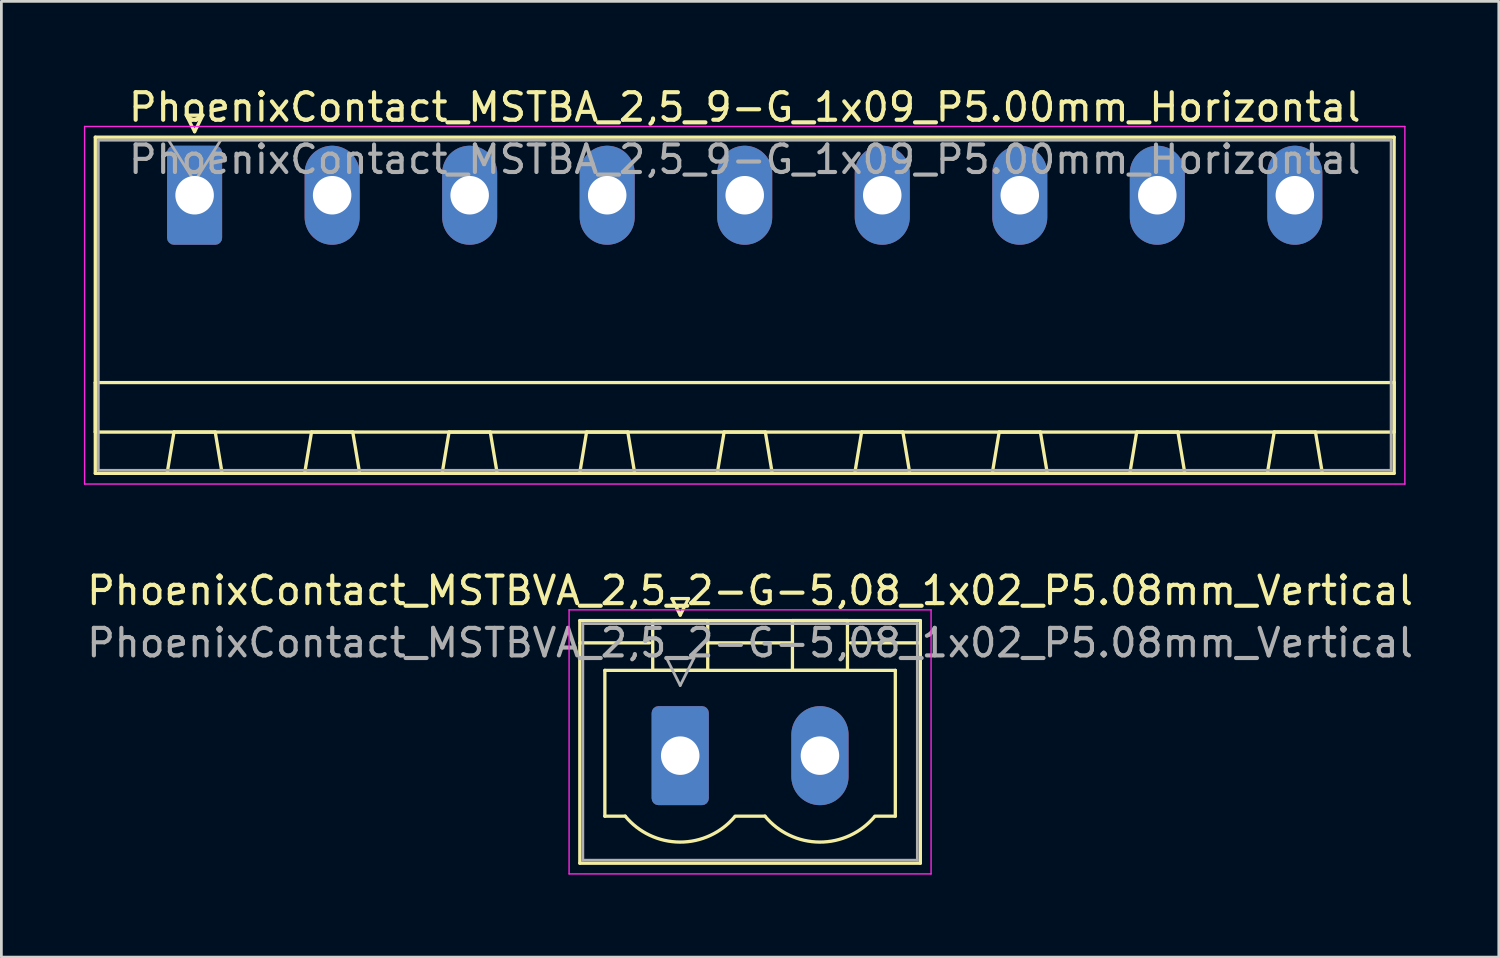
<source format=kicad_pcb>
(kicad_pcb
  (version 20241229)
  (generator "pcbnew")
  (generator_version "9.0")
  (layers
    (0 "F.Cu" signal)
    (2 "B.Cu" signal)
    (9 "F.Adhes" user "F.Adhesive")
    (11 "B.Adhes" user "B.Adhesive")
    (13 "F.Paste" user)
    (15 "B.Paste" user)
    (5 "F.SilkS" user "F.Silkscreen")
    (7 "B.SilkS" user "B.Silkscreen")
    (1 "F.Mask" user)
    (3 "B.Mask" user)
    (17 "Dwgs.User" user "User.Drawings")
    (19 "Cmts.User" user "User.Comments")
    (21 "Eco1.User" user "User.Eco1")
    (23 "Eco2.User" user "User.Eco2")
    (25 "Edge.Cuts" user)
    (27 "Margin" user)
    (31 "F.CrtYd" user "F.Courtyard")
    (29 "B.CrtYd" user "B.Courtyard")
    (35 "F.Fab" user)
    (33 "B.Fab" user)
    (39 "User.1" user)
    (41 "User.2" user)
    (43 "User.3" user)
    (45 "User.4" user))
  (footprint "PhoenixContact_MSTBA_2,5_9-G_1x09_P5.00mm_Horizontal"
    (layer "F.Cu")
    (at 4.025 4.048)
    (property "Reference" "PhoenixContact_MSTBA_2,5_9-G_1x09_P5.00mm_Horizontal" (at 20 -3.2 0) (layer "F.SilkS") (effects (font (size 1 1) (thickness 0.15))))
    (attr through_hole)
    (fp_line (start -3.61 -2.11) (end -3.61 10.11) (stroke (width 0.12) (type solid)) (layer "F.SilkS"))
    (fp_line (start -3.61 6.81) (end 43.61 6.81) (stroke (width 0.12) (type solid)) (layer "F.SilkS"))
    (fp_line (start -3.61 8.61) (end -3.61 6.81) (stroke (width 0.12) (type solid)) (layer "F.SilkS"))
    (fp_line (start -3.61 10.11) (end 43.61 10.11) (stroke (width 0.12) (type solid)) (layer "F.SilkS"))
    (fp_line (start -1 10.11) (end 1 10.11) (stroke (width 0.12) (type solid)) (layer "F.SilkS"))
    (fp_line (start -0.75 8.61) (end -1 10.11) (stroke (width 0.12) (type solid)) (layer "F.SilkS"))
    (fp_line (start -0.3 -2.91) (end 0.3 -2.91) (stroke (width 0.12) (type solid)) (layer "F.SilkS"))
    (fp_line (start 0 -2.31) (end -0.3 -2.91) (stroke (width 0.12) (type solid)) (layer "F.SilkS"))
    (fp_line (start 0.3 -2.91) (end 0 -2.31) (stroke (width 0.12) (type solid)) (layer "F.SilkS"))
    (fp_line (start 0.75 8.61) (end -0.75 8.61) (stroke (width 0.12) (type solid)) (layer "F.SilkS"))
    (fp_line (start 1 10.11) (end 0.75 8.61) (stroke (width 0.12) (type solid)) (layer "F.SilkS"))
    (fp_line (start 4 10.11) (end 6 10.11) (stroke (width 0.12) (type solid)) (layer "F.SilkS"))
    (fp_line (start 4.25 8.61) (end 4 10.11) (stroke (width 0.12) (type solid)) (layer "F.SilkS"))
    (fp_line (start 5.75 8.61) (end 4.25 8.61) (stroke (width 0.12) (type solid)) (layer "F.SilkS"))
    (fp_line (start 6 10.11) (end 5.75 8.61) (stroke (width 0.12) (type solid)) (layer "F.SilkS"))
    (fp_line (start 9 10.11) (end 11 10.11) (stroke (width 0.12) (type solid)) (layer "F.SilkS"))
    (fp_line (start 9.25 8.61) (end 9 10.11) (stroke (width 0.12) (type solid)) (layer "F.SilkS"))
    (fp_line (start 10.75 8.61) (end 9.25 8.61) (stroke (width 0.12) (type solid)) (layer "F.SilkS"))
    (fp_line (start 11 10.11) (end 10.75 8.61) (stroke (width 0.12) (type solid)) (layer "F.SilkS"))
    (fp_line (start 14 10.11) (end 16 10.11) (stroke (width 0.12) (type solid)) (layer "F.SilkS"))
    (fp_line (start 14.25 8.61) (end 14 10.11) (stroke (width 0.12) (type solid)) (layer "F.SilkS"))
    (fp_line (start 15.75 8.61) (end 14.25 8.61) (stroke (width 0.12) (type solid)) (layer "F.SilkS"))
    (fp_line (start 16 10.11) (end 15.75 8.61) (stroke (width 0.12) (type solid)) (layer "F.SilkS"))
    (fp_line (start 19 10.11) (end 21 10.11) (stroke (width 0.12) (type solid)) (layer "F.SilkS"))
    (fp_line (start 19.25 8.61) (end 19 10.11) (stroke (width 0.12) (type solid)) (layer "F.SilkS"))
    (fp_line (start 20.75 8.61) (end 19.25 8.61) (stroke (width 0.12) (type solid)) (layer "F.SilkS"))
    (fp_line (start 21 10.11) (end 20.75 8.61) (stroke (width 0.12) (type solid)) (layer "F.SilkS"))
    (fp_line (start 24 10.11) (end 26 10.11) (stroke (width 0.12) (type solid)) (layer "F.SilkS"))
    (fp_line (start 24.25 8.61) (end 24 10.11) (stroke (width 0.12) (type solid)) (layer "F.SilkS"))
    (fp_line (start 25.75 8.61) (end 24.25 8.61) (stroke (width 0.12) (type solid)) (layer "F.SilkS"))
    (fp_line (start 26 10.11) (end 25.75 8.61) (stroke (width 0.12) (type solid)) (layer "F.SilkS"))
    (fp_line (start 29 10.11) (end 31 10.11) (stroke (width 0.12) (type solid)) (layer "F.SilkS"))
    (fp_line (start 29.25 8.61) (end 29 10.11) (stroke (width 0.12) (type solid)) (layer "F.SilkS"))
    (fp_line (start 30.75 8.61) (end 29.25 8.61) (stroke (width 0.12) (type solid)) (layer "F.SilkS"))
    (fp_line (start 31 10.11) (end 30.75 8.61) (stroke (width 0.12) (type solid)) (layer "F.SilkS"))
    (fp_line (start 34 10.11) (end 36 10.11) (stroke (width 0.12) (type solid)) (layer "F.SilkS"))
    (fp_line (start 34.25 8.61) (end 34 10.11) (stroke (width 0.12) (type solid)) (layer "F.SilkS"))
    (fp_line (start 35.75 8.61) (end 34.25 8.61) (stroke (width 0.12) (type solid)) (layer "F.SilkS"))
    (fp_line (start 36 10.11) (end 35.75 8.61) (stroke (width 0.12) (type solid)) (layer "F.SilkS"))
    (fp_line (start 39 10.11) (end 41 10.11) (stroke (width 0.12) (type solid)) (layer "F.SilkS"))
    (fp_line (start 39.25 8.61) (end 39 10.11) (stroke (width 0.12) (type solid)) (layer "F.SilkS"))
    (fp_line (start 40.75 8.61) (end 39.25 8.61) (stroke (width 0.12) (type solid)) (layer "F.SilkS"))
    (fp_line (start 41 10.11) (end 40.75 8.61) (stroke (width 0.12) (type solid)) (layer "F.SilkS"))
    (fp_line (start 43.61 -2.11) (end -3.61 -2.11) (stroke (width 0.12) (type solid)) (layer "F.SilkS"))
    (fp_line (start 43.61 6.81) (end 43.61 8.61) (stroke (width 0.12) (type solid)) (layer "F.SilkS"))
    (fp_line (start 43.61 8.61) (end -3.61 8.61) (stroke (width 0.12) (type solid)) (layer "F.SilkS"))
    (fp_line (start 43.61 10.11) (end 43.61 -2.11) (stroke (width 0.12) (type solid)) (layer "F.SilkS"))
    (fp_line (start -4 -2.5) (end -4 10.5) (stroke (width 0.05) (type solid)) (layer "F.CrtYd"))
    (fp_line (start -4 10.5) (end 44 10.5) (stroke (width 0.05) (type solid)) (layer "F.CrtYd"))
    (fp_line (start 44 -2.5) (end -4 -2.5) (stroke (width 0.05) (type solid)) (layer "F.CrtYd"))
    (fp_line (start 44 10.5) (end 44 -2.5) (stroke (width 0.05) (type solid)) (layer "F.CrtYd"))
    (fp_line (start -3.5 -2) (end -3.5 10) (stroke (width 0.1) (type solid)) (layer "F.Fab"))
    (fp_line (start -3.5 10) (end 43.5 10) (stroke (width 0.1) (type solid)) (layer "F.Fab"))
    (fp_line (start 0 -0.5) (end -0.95 -2) (stroke (width 0.1) (type solid)) (layer "F.Fab"))
    (fp_line (start 0.95 -2) (end 0 -0.5) (stroke (width 0.1) (type solid)) (layer "F.Fab"))
    (fp_line (start 43.5 -2) (end -3.5 -2) (stroke (width 0.1) (type solid)) (layer "F.Fab"))
    (fp_line (start 43.5 10) (end 43.5 -2) (stroke (width 0.1) (type solid)) (layer "F.Fab"))
    (fp_text user "${REFERENCE}" (at 20 -1.3 0) (layer "F.Fab") (effects (font (size 1 1) (thickness 0.15))))
    (pad "1" thru_hole roundrect (at 0 0) (size 2 3.6) (drill 1.4) (layers "*.Cu" "*.Mask") (roundrect_rratio 0.125))
    (pad "2" thru_hole oval (at 5 0) (size 2 3.6) (drill 1.4) (layers "*.Cu" "*.Mask"))
    (pad "3" thru_hole oval (at 10 0) (size 2 3.6) (drill 1.4) (layers "*.Cu" "*.Mask"))
    (pad "4" thru_hole oval (at 15 0) (size 2 3.6) (drill 1.4) (layers "*.Cu" "*.Mask"))
    (pad "5" thru_hole oval (at 20 0) (size 2 3.6) (drill 1.4) (layers "*.Cu" "*.Mask"))
    (pad "6" thru_hole oval (at 25 0) (size 2 3.6) (drill 1.4) (layers "*.Cu" "*.Mask"))
    (pad "7" thru_hole oval (at 30 0) (size 2 3.6) (drill 1.4) (layers "*.Cu" "*.Mask"))
    (pad "8" thru_hole oval (at 35 0) (size 2 3.6) (drill 1.4) (layers "*.Cu" "*.Mask"))
    (pad "9" thru_hole oval (at 40 0) (size 2 3.6) (drill 1.4) (layers "*.Cu" "*.Mask")))
  (footprint "PhoenixContact_MSTBVA_2,5_2-G-5,08_1x02_P5.08mm_Vertical"
    (layer "F.Cu")
    (at 21.68 24.422)
    (property "Reference" "PhoenixContact_MSTBVA_2,5_2-G-5,08_1x02_P5.08mm_Vertical" (at 2.54 -6 0) (layer "F.SilkS") (effects (font (size 1 1) (thickness 0.15))))
    (attr through_hole)
    (fp_line (start -3.65 -4.91) (end -3.65 3.91) (stroke (width 0.12) (type solid)) (layer "F.SilkS"))
    (fp_line (start -3.65 -4.1) (end -1.11 -4.1) (stroke (width 0.12) (type solid)) (layer "F.SilkS"))
    (fp_line (start -3.65 3.91) (end 8.73 3.91) (stroke (width 0.12) (type solid)) (layer "F.SilkS"))
    (fp_line (start -2.74 -3.1) (end 7.82 -3.1) (stroke (width 0.12) (type solid)) (layer "F.SilkS"))
    (fp_line (start -2.74 2.2) (end -2.74 -3.1) (stroke (width 0.12) (type solid)) (layer "F.SilkS"))
    (fp_line (start -2 2.2) (end -2.74 2.2) (stroke (width 0.12) (type solid)) (layer "F.SilkS"))
    (fp_line (start -1 -4.91) (end 1 -4.91) (stroke (width 0.12) (type solid)) (layer "F.SilkS"))
    (fp_line (start -1 -3.1) (end -1 -4.91) (stroke (width 0.12) (type solid)) (layer "F.SilkS"))
    (fp_line (start -0.3 -5.71) (end 0.3 -5.71) (stroke (width 0.12) (type solid)) (layer "F.SilkS"))
    (fp_line (start 0 -5.11) (end -0.3 -5.71) (stroke (width 0.12) (type solid)) (layer "F.SilkS"))
    (fp_line (start 0.3 -5.71) (end 0 -5.11) (stroke (width 0.12) (type solid)) (layer "F.SilkS"))
    (fp_line (start 1 -4.91) (end 1 -3.1) (stroke (width 0.12) (type solid)) (layer "F.SilkS"))
    (fp_line (start 1 -4.1) (end 4.08 -4.1) (stroke (width 0.12) (type solid)) (layer "F.SilkS"))
    (fp_line (start 1 -3.1) (end -1 -3.1) (stroke (width 0.12) (type solid)) (layer "F.SilkS"))
    (fp_line (start 2 2.2) (end 3.08 2.2) (stroke (width 0.12) (type solid)) (layer "F.SilkS"))
    (fp_line (start 4.08 -4.91) (end 6.08 -4.91) (stroke (width 0.12) (type solid)) (layer "F.SilkS"))
    (fp_line (start 4.08 -3.1) (end 4.08 -4.91) (stroke (width 0.12) (type solid)) (layer "F.SilkS"))
    (fp_line (start 6.08 -4.91) (end 6.08 -3.1) (stroke (width 0.12) (type solid)) (layer "F.SilkS"))
    (fp_line (start 6.08 -3.1) (end 4.08 -3.1) (stroke (width 0.12) (type solid)) (layer "F.SilkS"))
    (fp_line (start 7.82 -3.1) (end 7.82 2.2) (stroke (width 0.12) (type solid)) (layer "F.SilkS"))
    (fp_line (start 7.82 2.2) (end 7.08 2.2) (stroke (width 0.12) (type solid)) (layer "F.SilkS"))
    (fp_line (start 8.73 -4.91) (end -3.65 -4.91) (stroke (width 0.12) (type solid)) (layer "F.SilkS"))
    (fp_line (start 8.73 -4.1) (end 6.19 -4.1) (stroke (width 0.12) (type solid)) (layer "F.SilkS"))
    (fp_line (start 8.73 3.91) (end 8.73 -4.91) (stroke (width 0.12) (type solid)) (layer "F.SilkS"))
    (fp_arc (start 1.986842 2.215821) (mid -0.010289 3.142758) (end -2 2.2) (stroke (width 0.12) (type solid)) (layer "F.SilkS"))
    (fp_arc (start 7.066842 2.215821) (mid 5.069711 3.142758) (end 3.08 2.2) (stroke (width 0.12) (type solid)) (layer "F.SilkS"))
    (fp_line (start -4.04 -5.3) (end -4.04 4.3) (stroke (width 0.05) (type solid)) (layer "F.CrtYd"))
    (fp_line (start -4.04 4.3) (end 9.12 4.3) (stroke (width 0.05) (type solid)) (layer "F.CrtYd"))
    (fp_line (start 9.12 -5.3) (end -4.04 -5.3) (stroke (width 0.05) (type solid)) (layer "F.CrtYd"))
    (fp_line (start 9.12 4.3) (end 9.12 -5.3) (stroke (width 0.05) (type solid)) (layer "F.CrtYd"))
    (fp_line (start -3.54 -4.8) (end -3.54 3.8) (stroke (width 0.1) (type solid)) (layer "F.Fab"))
    (fp_line (start -3.54 3.8) (end 8.62 3.8) (stroke (width 0.1) (type solid)) (layer "F.Fab"))
    (fp_line (start -0.5 -3.55) (end 0.5 -3.55) (stroke (width 0.1) (type solid)) (layer "F.Fab"))
    (fp_line (start 0 -2.55) (end -0.5 -3.55) (stroke (width 0.1) (type solid)) (layer "F.Fab"))
    (fp_line (start 0.5 -3.55) (end 0 -2.55) (stroke (width 0.1) (type solid)) (layer "F.Fab"))
    (fp_line (start 8.62 -4.8) (end -3.54 -4.8) (stroke (width 0.1) (type solid)) (layer "F.Fab"))
    (fp_line (start 8.62 3.8) (end 8.62 -4.8) (stroke (width 0.1) (type solid)) (layer "F.Fab"))
    (fp_text user "${REFERENCE}" (at 2.54 -4.1 0) (layer "F.Fab") (effects (font (size 1 1) (thickness 0.15))))
    (pad "1" thru_hole roundrect (at 0 0) (size 2.08 3.6) (drill 1.4) (layers "*.Cu" "*.Mask") (roundrect_rratio 0.12))
    (pad "2" thru_hole oval (at 5.08 0) (size 2.08 3.6) (drill 1.4) (layers "*.Cu" "*.Mask")))
  (gr_rect
    (start -3 -3)
    (end 51.44 31.747)
    (stroke (width 0.1) (type default))
    (fill no)
    (layer "Edge.Cuts")))
</source>
